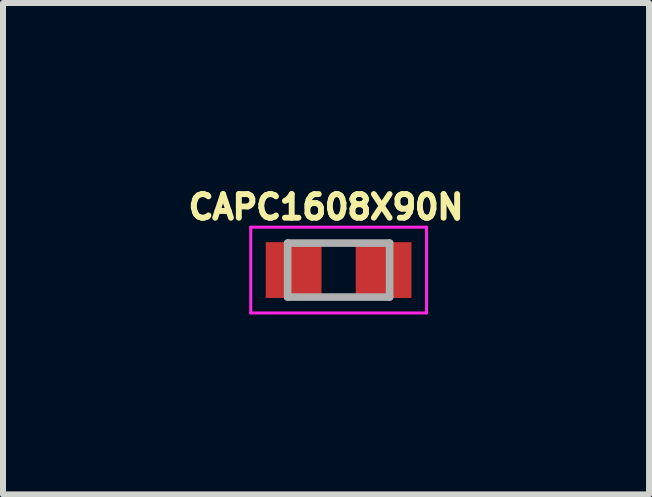
<source format=kicad_pcb>
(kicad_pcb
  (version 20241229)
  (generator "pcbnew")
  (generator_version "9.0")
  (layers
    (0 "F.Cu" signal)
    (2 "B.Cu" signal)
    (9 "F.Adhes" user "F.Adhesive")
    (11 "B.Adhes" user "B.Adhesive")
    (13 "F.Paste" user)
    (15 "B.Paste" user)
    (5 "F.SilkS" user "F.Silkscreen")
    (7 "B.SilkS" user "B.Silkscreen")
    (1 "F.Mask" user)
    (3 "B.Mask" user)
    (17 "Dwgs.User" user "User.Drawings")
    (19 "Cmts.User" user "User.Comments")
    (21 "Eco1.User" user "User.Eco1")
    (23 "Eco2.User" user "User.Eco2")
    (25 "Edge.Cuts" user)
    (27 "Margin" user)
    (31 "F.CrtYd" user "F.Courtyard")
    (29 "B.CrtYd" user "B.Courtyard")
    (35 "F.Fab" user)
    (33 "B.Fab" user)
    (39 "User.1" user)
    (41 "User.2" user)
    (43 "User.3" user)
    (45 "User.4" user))
  (footprint "CAPC1608X90N"
    (layer "F.Cu")
    (at 2.596 1.453)
    (property "Reference" "CAPC1608X90N" (at -0.21 -1.05 0) (layer "F.SilkS") (effects (font (size 0.394 0.394) (thickness 0.15))))
    (attr smd)
    (fp_line (start -1.465 -0.715) (end 1.465 -0.715) (stroke (width 0.05) (type solid)) (layer "F.CrtYd"))
    (fp_line (start -1.465 0.715) (end -1.465 -0.715) (stroke (width 0.05) (type solid)) (layer "F.CrtYd"))
    (fp_line (start -1.465 0.715) (end 1.465 0.715) (stroke (width 0.05) (type solid)) (layer "F.CrtYd"))
    (fp_line (start 1.465 0.715) (end 1.465 -0.715) (stroke (width 0.05) (type solid)) (layer "F.CrtYd"))
    (fp_line (start -0.85 0.45) (end -0.85 -0.45) (stroke (width 0.127) (type solid)) (layer "F.Fab"))
    (fp_line (start 0.85 -0.45) (end -0.85 -0.45) (stroke (width 0.127) (type solid)) (layer "F.Fab"))
    (fp_line (start 0.85 0.45) (end -0.85 0.45) (stroke (width 0.127) (type solid)) (layer "F.Fab"))
    (fp_line (start 0.85 0.45) (end 0.85 -0.45) (stroke (width 0.127) (type solid)) (layer "F.Fab"))
    (pad "1" smd rect (at -0.75 0) (size 0.93 0.93) (layers "F.Cu" "F.Mask" "F.Paste"))
    (pad "2" smd rect (at 0.75 0) (size 0.93 0.93) (layers "F.Cu" "F.Mask" "F.Paste")))
  (gr_rect
    (start -3 -3)
    (end 7.772 5.193)
    (stroke (width 0.1) (type default))
    (fill no)
    (layer "Edge.Cuts")))
</source>
